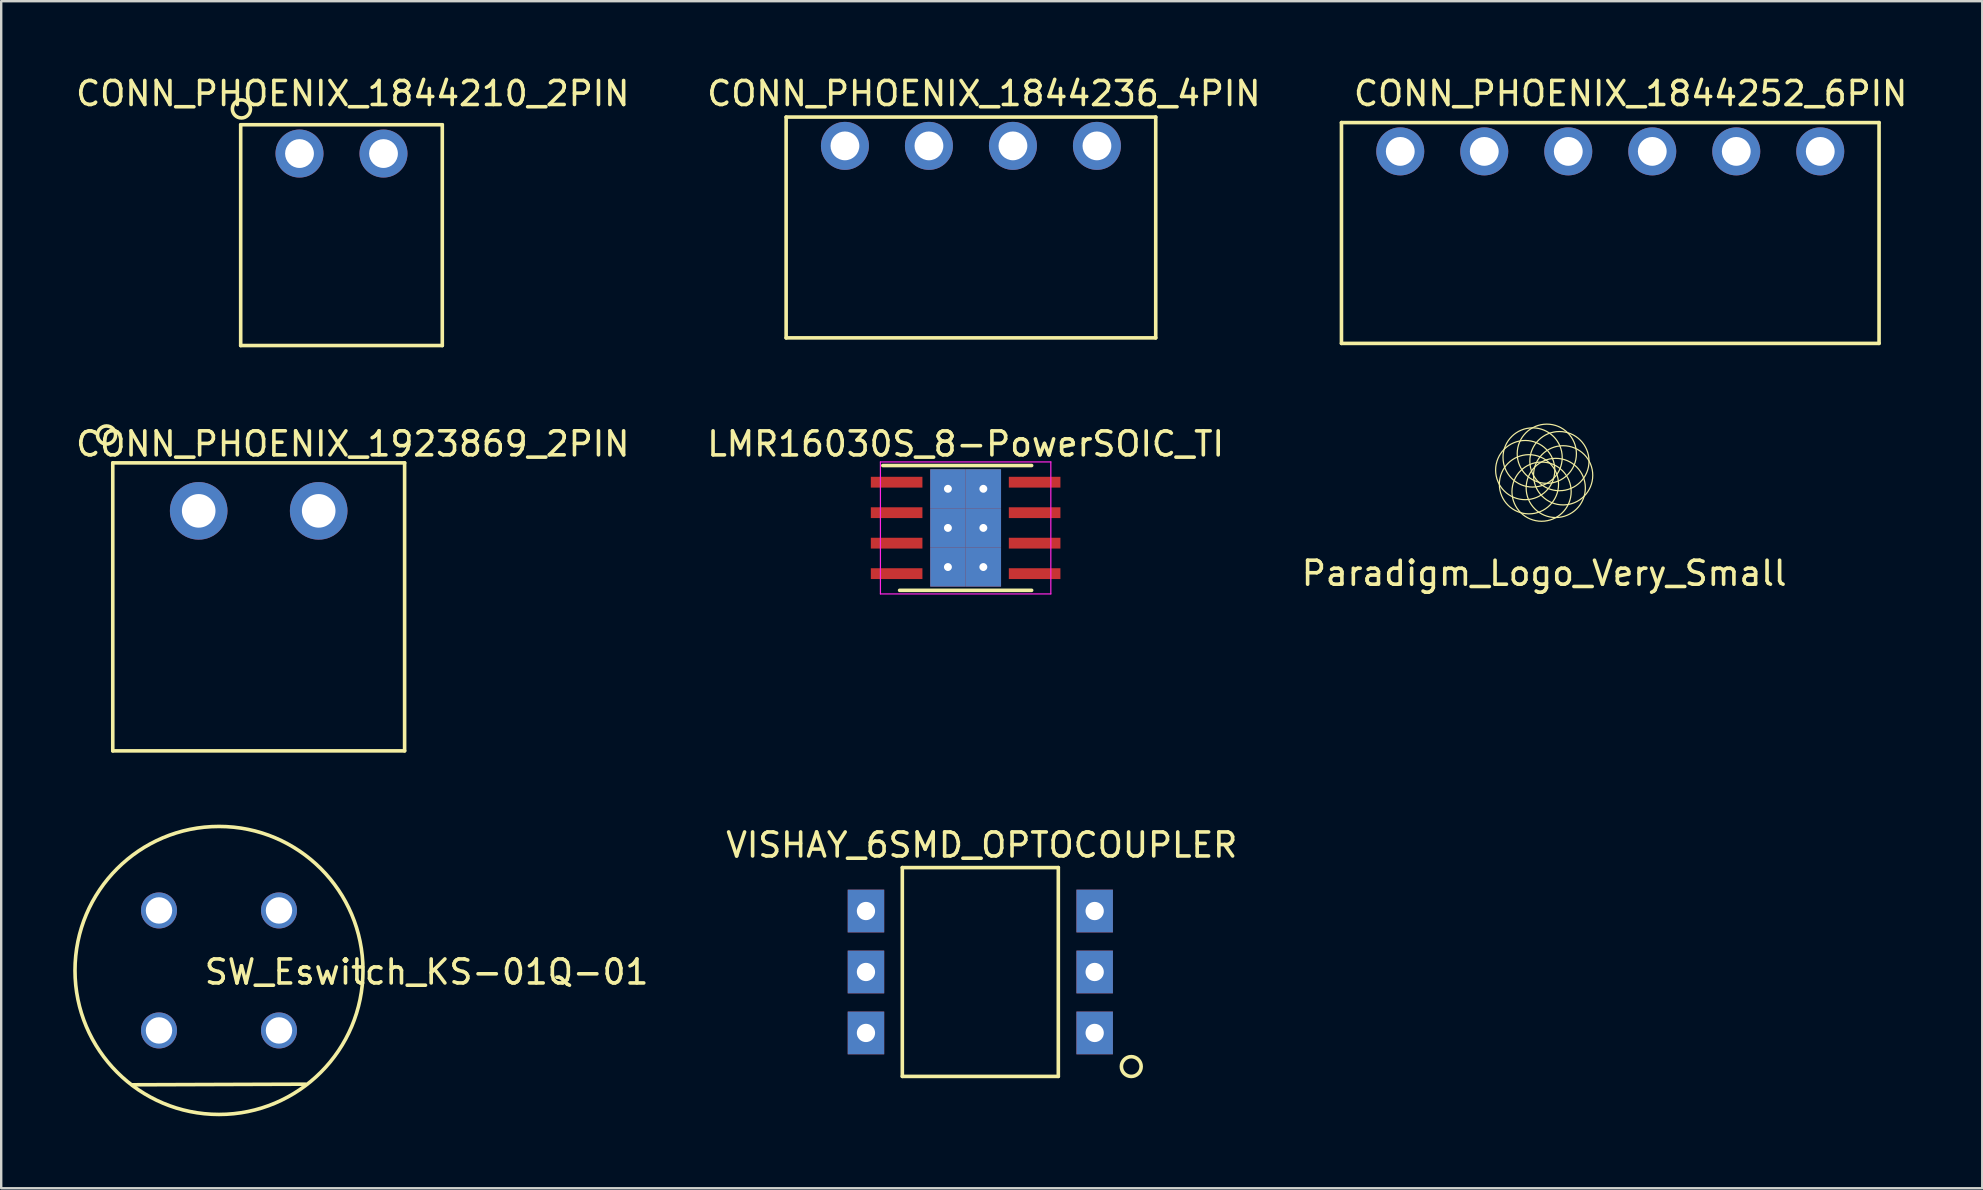
<source format=kicad_pcb>
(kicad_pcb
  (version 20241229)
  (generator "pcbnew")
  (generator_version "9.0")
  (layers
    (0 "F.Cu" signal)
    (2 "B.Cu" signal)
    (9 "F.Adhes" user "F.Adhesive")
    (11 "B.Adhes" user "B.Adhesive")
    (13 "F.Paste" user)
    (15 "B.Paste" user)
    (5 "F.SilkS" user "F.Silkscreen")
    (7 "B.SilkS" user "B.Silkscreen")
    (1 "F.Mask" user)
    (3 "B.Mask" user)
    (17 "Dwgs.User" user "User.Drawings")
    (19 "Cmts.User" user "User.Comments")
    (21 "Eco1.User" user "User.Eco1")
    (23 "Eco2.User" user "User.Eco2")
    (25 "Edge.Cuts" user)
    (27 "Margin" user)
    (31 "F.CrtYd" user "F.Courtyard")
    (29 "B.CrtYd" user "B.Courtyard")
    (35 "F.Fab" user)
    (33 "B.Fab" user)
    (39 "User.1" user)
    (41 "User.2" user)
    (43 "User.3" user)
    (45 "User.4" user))
  (footprint "CONN_PHOENIX_1844236_4PIN"
    (layer "F.Cu")
    (at 29.706 11.028)
    (property "Reference" "CONN_PHOENIX_1844236_4PIN" (at 8.24 -10.18 0) (layer "F.SilkS") (effects (font (size 1 1) (thickness 0.15))))
    (attr through_hole)
    (fp_line (start 0 -9.2) (end 15.4 -9.2) (stroke (width 0.15) (type solid)) (layer "F.SilkS"))
    (fp_line (start 0 0) (end 0 -9.2) (stroke (width 0.15) (type solid)) (layer "F.SilkS"))
    (fp_line (start 0 0) (end 15.4 0) (stroke (width 0.15) (type solid)) (layer "F.SilkS"))
    (fp_line (start 15.4 0) (end 15.4 -9.2) (stroke (width 0.15) (type solid)) (layer "F.SilkS"))
    (pad "1" thru_hole circle (at 2.45 -8) (size 2 2) (drill 1.2) (layers "*.Cu" "*.Mask"))
    (pad "2" thru_hole circle (at 5.95 -8) (size 2 2) (drill 1.2) (layers "*.Cu" "*.Mask"))
    (pad "3" thru_hole circle (at 9.45 -8) (size 2 2) (drill 1.2) (layers "*.Cu" "*.Mask"))
    (pad "4" thru_hole circle (at 12.95 -8) (size 2 2) (drill 1.2) (layers "*.Cu" "*.Mask")))
  (footprint "VISHAY_6SMD_OPTOCOUPLER"
    (layer "F.Cu")
    (at 37.797 37.45)
    (property "Reference" "VISHAY_6SMD_OPTOCOUPLER" (at 0.06 -5.29 0) (layer "F.SilkS") (effects (font (size 1 1) (thickness 0.15))))
    (attr through_hole)
    (fp_line (start -3.25 -4.35) (end -3.25 4.35) (stroke (width 0.15) (type solid)) (layer "F.SilkS"))
    (fp_line (start -3.25 -4.35) (end 3.25 -4.35) (stroke (width 0.15) (type solid)) (layer "F.SilkS"))
    (fp_line (start -3.25 4.35) (end 3.25 4.35) (stroke (width 0.15) (type solid)) (layer "F.SilkS"))
    (fp_line (start 3.25 -4.35) (end 3.25 4.35) (stroke (width 0.15) (type solid)) (layer "F.SilkS"))
    (fp_circle (center 6.29 3.94) (end 6.7 3.98) (stroke (width 0.15) (type solid)) (fill no) (layer "F.SilkS"))
    (pad "1" thru_hole rect (at 4.765 2.54) (size 1.52 1.78) (drill 0.762) (layers "*.Cu" "*.Mask"))
    (pad "2" thru_hole rect (at 4.765 0) (size 1.52 1.78) (drill 0.762) (layers "*.Cu" "*.Mask"))
    (pad "3" thru_hole rect (at 4.765 -2.54) (size 1.52 1.78) (drill 0.762) (layers "*.Cu" "*.Mask"))
    (pad "4" thru_hole rect (at -4.765 -2.54) (size 1.52 1.78) (drill 0.762) (layers "*.Cu" "*.Mask"))
    (pad "5" thru_hole rect (at -4.765 0) (size 1.52 1.78) (drill 0.762) (layers "*.Cu" "*.Mask"))
    (pad "6" thru_hole rect (at -4.765 2.54) (size 1.52 1.78) (drill 0.762) (layers "*.Cu" "*.Mask")))
  (footprint "SW_Eswitch_KS-01Q-01"
    (layer "F.Cu")
    (at 3.575 34.886)
    (property "Reference" "SW_Eswitch_KS-01Q-01" (at 11.151 2.565 0) (layer "F.SilkS") (effects (font (size 1 1) (thickness 0.15))))
    (attr through_hole)
    (fp_line (start -1.118 7.264) (end 6.096 7.239) (stroke (width 0.15) (type solid)) (layer "F.SilkS"))
    (fp_circle (center 2.5 2.5) (end 2.5 -3.5) (stroke (width 0.15) (type solid)) (fill no) (layer "F.SilkS"))
    (pad "1" thru_hole circle (at 0 0) (size 1.5 1.5) (drill 1.1) (layers "*.Cu" "*.Mask"))
    (pad "2" thru_hole circle (at 5 0) (size 1.5 1.5) (drill 1.1) (layers "*.Cu" "*.Mask"))
    (pad "3" thru_hole circle (at 0 5) (size 1.5 1.5) (drill 1.1) (layers "*.Cu" "*.Mask"))
    (pad "4" thru_hole circle (at 5 5) (size 1.5 1.5) (drill 1.1) (layers "*.Cu" "*.Mask")))
  (footprint "CONN_PHOENIX_1923869_2PIN"
    (layer "F.Cu")
    (at 7.729 18.236)
    (property "Reference" "CONN_PHOENIX_1923869_2PIN" (at 3.92 -2.79 0) (layer "F.SilkS") (effects (font (size 1 1) (thickness 0.15))))
    (attr through_hole)
    (fp_line (start -6.08 -2) (end 6.08 -2) (stroke (width 0.15) (type solid)) (layer "F.SilkS"))
    (fp_line (start -6.08 10) (end -6.08 -2) (stroke (width 0.15) (type solid)) (layer "F.SilkS"))
    (fp_line (start -6.08 10) (end 6.08 10) (stroke (width 0.15) (type solid)) (layer "F.SilkS"))
    (fp_line (start 6.08 10) (end 6.08 -2) (stroke (width 0.15) (type solid)) (layer "F.SilkS"))
    (fp_circle (center -6.34 -3.16) (end -5.97 -3.09) (stroke (width 0.15) (type solid)) (fill no) (layer "F.SilkS"))
    (pad "1" thru_hole circle (at -2.5 0) (size 2.4 2.4) (drill 1.4) (layers "*.Cu" "*.Mask"))
    (pad "2" thru_hole circle (at 2.5 0) (size 2.4 2.4) (drill 1.4) (layers "*.Cu" "*.Mask")))
  (footprint "CONN_PHOENIX_1844252_6PIN"
    (layer "F.Cu")
    (at 52.845 11.258)
    (property "Reference" "CONN_PHOENIX_1844252_6PIN" (at 12.05 -10.41 0) (layer "F.SilkS") (effects (font (size 1 1) (thickness 0.15))))
    (attr through_hole)
    (fp_line (start 0 -9.2) (end 22.4 -9.2) (stroke (width 0.15) (type solid)) (layer "F.SilkS"))
    (fp_line (start 0 0) (end 0 -9.2) (stroke (width 0.15) (type solid)) (layer "F.SilkS"))
    (fp_line (start 0 0) (end 22.4 0) (stroke (width 0.15) (type solid)) (layer "F.SilkS"))
    (fp_line (start 22.4 0) (end 22.4 -9.2) (stroke (width 0.15) (type solid)) (layer "F.SilkS"))
    (pad "1" thru_hole circle (at 2.45 -8) (size 2 2) (drill 1.2) (layers "*.Cu" "*.Mask"))
    (pad "2" thru_hole circle (at 5.95 -8) (size 2 2) (drill 1.2) (layers "*.Cu" "*.Mask"))
    (pad "3" thru_hole circle (at 9.45 -8) (size 2 2) (drill 1.2) (layers "*.Cu" "*.Mask"))
    (pad "4" thru_hole circle (at 12.95 -8) (size 2 2) (drill 1.2) (layers "*.Cu" "*.Mask"))
    (pad "5" thru_hole circle (at 16.45 -8) (size 2 2) (drill 1.2) (layers "*.Cu" "*.Mask"))
    (pad "6" thru_hole circle (at 19.95 -8) (size 2 2) (drill 1.2) (layers "*.Cu" "*.Mask")))
  (footprint "LMR16030S_8-PowerSOIC_TI"
    (layer "F.Cu")
    (at 37.185 18.947)
    (property "Reference" "LMR16030S_8-PowerSOIC_TI" (at 0 -3.5 0) (layer "F.SilkS") (effects (font (size 1 1) (thickness 0.15))))
    (attr smd)
    (fp_line (start -3.45 -2.6) (end 2.75 -2.6) (stroke (width 0.15) (type solid)) (layer "F.SilkS"))
    (fp_line (start -2.75 2.6) (end 2.75 2.6) (stroke (width 0.15) (type solid)) (layer "F.SilkS"))
    (fp_line (start -3.55 -2.75) (end -3.55 2.75) (stroke (width 0.05) (type solid)) (layer "F.CrtYd"))
    (fp_line (start -3.55 -2.75) (end 3.55 -2.75) (stroke (width 0.05) (type solid)) (layer "F.CrtYd"))
    (fp_line (start -3.55 2.75) (end 3.55 2.75) (stroke (width 0.05) (type solid)) (layer "F.CrtYd"))
    (fp_line (start 3.55 -2.75) (end 3.55 2.75) (stroke (width 0.05) (type solid)) (layer "F.CrtYd"))
    (pad "1" smd rect (at -2.875 -1.905) (size 2.15 0.45) (layers "F.Cu" "F.Mask" "F.Paste"))
    (pad "2" smd rect (at -2.875 -0.635) (size 2.15 0.45) (layers "F.Cu" "F.Mask" "F.Paste"))
    (pad "3" smd rect (at -2.875 0.635) (size 2.15 0.45) (layers "F.Cu" "F.Mask" "F.Paste"))
    (pad "4" smd rect (at -2.875 1.905) (size 2.15 0.45) (layers "F.Cu" "F.Mask" "F.Paste"))
    (pad "5" smd rect (at 2.875 1.905) (size 2.15 0.45) (layers "F.Cu" "F.Mask" "F.Paste"))
    (pad "6" smd rect (at 2.875 0.635) (size 2.15 0.45) (layers "F.Cu" "F.Mask" "F.Paste"))
    (pad "7" smd rect (at 2.875 -0.635) (size 2.15 0.45) (layers "F.Cu" "F.Mask" "F.Paste"))
    (pad "8" smd rect (at 2.875 -1.905) (size 2.15 0.45) (layers "F.Cu" "F.Mask" "F.Paste"))
    (pad "9" thru_hole rect (at -0.738 -1.63) (size 1.475 1.63) (drill 0.33) (layers "*.Cu" "*.Mask"))
    (pad "9" thru_hole rect (at -0.738 0) (size 1.475 1.63) (drill 0.33) (layers "*.Cu" "*.Mask"))
    (pad "9" thru_hole rect (at -0.738 1.63) (size 1.475 1.63) (drill 0.33) (layers "*.Cu" "*.Mask"))
    (pad "9" thru_hole rect (at 0.738 -1.63) (size 1.475 1.63) (drill 0.33) (layers "*.Cu" "*.Mask"))
    (pad "9" thru_hole rect (at 0.738 0) (size 1.475 1.63) (drill 0.33) (layers "*.Cu" "*.Mask"))
    (pad "9" thru_hole rect (at 0.738 1.63) (size 1.475 1.63) (drill 0.33) (layers "*.Cu" "*.Mask")))
  (footprint "CONN_PHOENIX_1844210_2PIN"
    (layer "F.Cu")
    (at 6.979 11.348)
    (property "Reference" "CONN_PHOENIX_1844210_2PIN" (at 4.67 -10.5 0) (layer "F.SilkS") (effects (font (size 1 1) (thickness 0.15))))
    (attr through_hole)
    (fp_line (start 0 -9.2) (end 8.4 -9.2) (stroke (width 0.15) (type solid)) (layer "F.SilkS"))
    (fp_line (start 0 0) (end 0 -9.2) (stroke (width 0.15) (type solid)) (layer "F.SilkS"))
    (fp_line (start 0 0) (end 8.4 0) (stroke (width 0.15) (type solid)) (layer "F.SilkS"))
    (fp_line (start 8.4 0) (end 8.4 -9.2) (stroke (width 0.15) (type solid)) (layer "F.SilkS"))
    (fp_circle (center 0.03 -9.86) (end 0.4 -9.79) (stroke (width 0.15) (type solid)) (fill no) (layer "F.SilkS"))
    (pad "1" thru_hole circle (at 2.45 -8) (size 2 2) (drill 1.2) (layers "*.Cu" "*.Mask"))
    (pad "2" thru_hole circle (at 5.95 -8) (size 2 2) (drill 1.2) (layers "*.Cu" "*.Mask")))
  (footprint "Paradigm_Logo_Very_Small"
    (layer "F.Cu")
    (at 61.292 16.646)
    (property "Reference" "Paradigm_Logo_Very_Small" (at 0 4.191 0) (layer "F.SilkS") (effects (font (size 1 1) (thickness 0.15))))
    (attr through_hole)
    (fp_circle (center -0.79 -0.109) (end -1.014 1.104) (stroke (width 0.05) (type solid)) (fill no) (layer "F.SilkS"))
    (fp_circle (center -0.635 0.482) (end 0.064 1.498) (stroke (width 0.05) (type solid)) (fill no) (layer "F.SilkS"))
    (fp_circle (center -0.482 -0.635) (end -1.498 0.064) (stroke (width 0.05) (type solid)) (fill no) (layer "F.SilkS"))
    (fp_circle (center -0.109 0.79) (end 1.104 1.014) (stroke (width 0.05) (type solid)) (fill no) (layer "F.SilkS"))
    (fp_circle (center 0.109 -0.79) (end -1.104 -1.014) (stroke (width 0.05) (type solid)) (fill no) (layer "F.SilkS"))
    (fp_circle (center 0.482 0.635) (end 1.498 -0.064) (stroke (width 0.05) (type solid)) (fill no) (layer "F.SilkS"))
    (fp_circle (center 0.635 -0.482) (end -0.064 -1.498) (stroke (width 0.05) (type solid)) (fill no) (layer "F.SilkS"))
    (fp_circle (center 0.79 0.109) (end 1.014 -1.104) (stroke (width 0.05) (type solid)) (fill no) (layer "F.SilkS")))
  (gr_rect
    (start -3 -3)
    (end 79.544 46.462)
    (stroke (width 0.1) (type default))
    (fill no)
    (layer "Edge.Cuts")))
</source>
